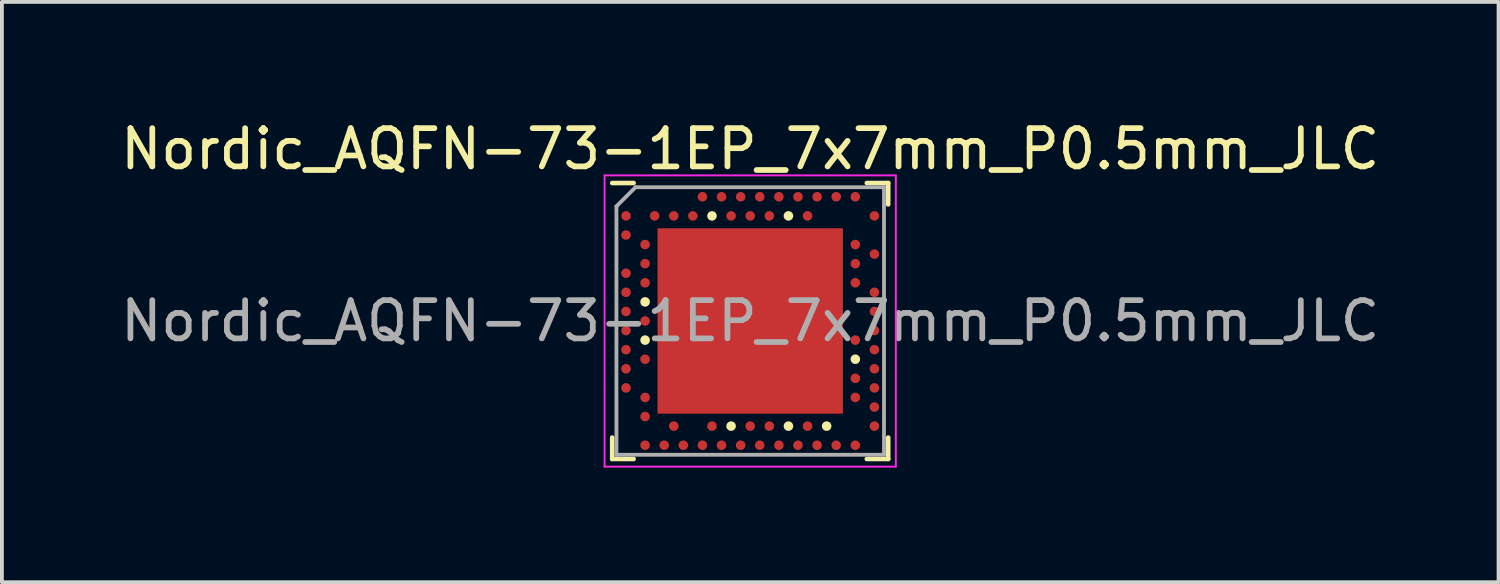
<source format=kicad_pcb>
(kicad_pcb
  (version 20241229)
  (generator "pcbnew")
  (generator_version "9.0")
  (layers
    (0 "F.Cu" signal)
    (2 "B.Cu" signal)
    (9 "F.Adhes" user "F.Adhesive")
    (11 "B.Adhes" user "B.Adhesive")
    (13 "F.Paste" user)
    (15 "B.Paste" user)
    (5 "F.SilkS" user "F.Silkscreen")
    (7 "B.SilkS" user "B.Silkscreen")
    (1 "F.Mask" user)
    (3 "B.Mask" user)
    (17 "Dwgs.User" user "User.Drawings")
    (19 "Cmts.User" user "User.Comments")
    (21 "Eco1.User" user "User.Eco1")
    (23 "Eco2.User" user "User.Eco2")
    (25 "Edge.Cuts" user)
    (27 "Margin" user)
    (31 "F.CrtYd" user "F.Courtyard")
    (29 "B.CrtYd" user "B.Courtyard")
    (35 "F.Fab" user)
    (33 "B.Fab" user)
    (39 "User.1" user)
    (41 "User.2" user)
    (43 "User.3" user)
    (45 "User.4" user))
  (footprint "Nordic_AQFN-73-1EP_7x7mm_P0.5mm_JLC"
    (layer "F.Cu")
    (at 16.577 5.348)
    (property "Reference" "Nordic_AQFN-73-1EP_7x7mm_P0.5mm_JLC" (at 0 -4.5 0) (layer "F.SilkS") (effects (font (size 1 1) (thickness 0.15))))
    (attr smd)
    (fp_line (start -3.61 -3.61) (end -3.05 -3.61) (stroke (width 0.12) (type solid)) (layer "F.SilkS"))
    (fp_line (start -3.61 3.61) (end -3.61 3.05) (stroke (width 0.12) (type solid)) (layer "F.SilkS"))
    (fp_line (start -3.61 3.61) (end -3.05 3.61) (stroke (width 0.12) (type solid)) (layer "F.SilkS"))
    (fp_line (start 3.61 -3.61) (end 3.05 -3.61) (stroke (width 0.12) (type solid)) (layer "F.SilkS"))
    (fp_line (start 3.61 -3.61) (end 3.61 -3.05) (stroke (width 0.12) (type solid)) (layer "F.SilkS"))
    (fp_line (start 3.61 3.61) (end 3.05 3.61) (stroke (width 0.12) (type solid)) (layer "F.SilkS"))
    (fp_line (start 3.61 3.61) (end 3.61 3.05) (stroke (width 0.12) (type solid)) (layer "F.SilkS"))
    (fp_circle (center -2.75 -0.5) (end -2.625 -0.5) (stroke (width 0) (type solid)) (fill yes) (layer "F.SilkS"))
    (fp_circle (center -2.75 0.5) (end -2.625 0.5) (stroke (width 0) (type solid)) (fill yes) (layer "F.SilkS"))
    (fp_circle (center -1 -2.75) (end -0.875 -2.75) (stroke (width 0) (type solid)) (fill yes) (layer "F.SilkS"))
    (fp_circle (center -0.5 2.75) (end -0.375 2.75) (stroke (width 0) (type solid)) (fill yes) (layer "F.SilkS"))
    (fp_circle (center 1 -2.75) (end 1.125 -2.75) (stroke (width 0) (type solid)) (fill yes) (layer "F.SilkS"))
    (fp_circle (center 1 2.75) (end 1.125 2.75) (stroke (width 0) (type solid)) (fill yes) (layer "F.SilkS"))
    (fp_circle (center 2 2.75) (end 2.125 2.75) (stroke (width 0) (type solid)) (fill yes) (layer "F.SilkS"))
    (fp_circle (center 2.75 1) (end 2.875 1) (stroke (width 0) (type solid)) (fill yes) (layer "F.SilkS"))
    (fp_line (start -3.81 -3.81) (end 3.81 -3.81) (stroke (width 0.05) (type solid)) (layer "F.CrtYd"))
    (fp_line (start -3.81 3.81) (end -3.81 -3.81) (stroke (width 0.05) (type solid)) (layer "F.CrtYd"))
    (fp_line (start 3.81 -3.81) (end 3.81 3.81) (stroke (width 0.05) (type solid)) (layer "F.CrtYd"))
    (fp_line (start 3.81 3.81) (end -3.81 3.81) (stroke (width 0.05) (type solid)) (layer "F.CrtYd"))
    (fp_line (start -3.5 -3) (end -3.5 3.5) (stroke (width 0.1) (type solid)) (layer "F.Fab"))
    (fp_line (start -3.5 -3) (end -3 -3.5) (stroke (width 0.1) (type solid)) (layer "F.Fab"))
    (fp_line (start -3.5 3.5) (end 3.5 3.5) (stroke (width 0.1) (type solid)) (layer "F.Fab"))
    (fp_line (start -3 -3.5) (end 3.5 -3.5) (stroke (width 0.1) (type solid)) (layer "F.Fab"))
    (fp_line (start 3.5 -3.5) (end 3.5 3.5) (stroke (width 0.1) (type solid)) (layer "F.Fab"))
    (fp_text user "${REFERENCE}" (at 0 0 0) (layer "F.Fab") (effects (font (size 1 1) (thickness 0.15))))
    (pad "" smd rect (at -1.212 -1.212 180) (size 2 2) (layers "F.Paste"))
    (pad "" smd rect (at -1.212 1.212 180) (size 2 2) (layers "F.Paste"))
    (pad "" smd rect (at 1.212 -1.212 180) (size 2 2) (layers "F.Paste"))
    (pad "" smd rect (at 1.212 1.212 180) (size 2 2) (layers "F.Paste"))
    (pad "A8" smd circle (at -1.25 -3.25 180) (size 0.25 0.25) (layers "F.Cu" "F.Mask" "F.Paste"))
    (pad "A10" smd circle (at -0.75 -3.25 180) (size 0.25 0.25) (layers "F.Cu" "F.Mask" "F.Paste"))
    (pad "A12" smd circle (at -0.25 -3.25 180) (size 0.25 0.25) (layers "F.Cu" "F.Mask" "F.Paste"))
    (pad "A14" smd circle (at 0.25 -3.25 180) (size 0.25 0.25) (layers "F.Cu" "F.Mask" "F.Paste"))
    (pad "A16" smd circle (at 0.75 -3.25 180) (size 0.25 0.25) (layers "F.Cu" "F.Mask" "F.Paste"))
    (pad "A18" smd circle (at 1.25 -3.25 180) (size 0.25 0.25) (layers "F.Cu" "F.Mask" "F.Paste"))
    (pad "A20" smd circle (at 1.75 -3.25 180) (size 0.25 0.25) (layers "F.Cu" "F.Mask" "F.Paste"))
    (pad "A22" smd circle (at 2.25 -3.25 180) (size 0.25 0.25) (layers "F.Cu" "F.Mask" "F.Paste"))
    (pad "A23" smd circle (at 2.75 -3.25 180) (size 0.25 0.25) (layers "F.Cu" "F.Mask" "F.Paste"))
    (pad "AA24" smd circle (at 3.25 2.25 180) (size 0.25 0.25) (layers "F.Cu" "F.Mask" "F.Paste"))
    (pad "AB2" smd circle (at -2.75 2.5 180) (size 0.25 0.25) (layers "F.Cu" "F.Mask" "F.Paste"))
    (pad "AC5" smd circle (at -2 2.75 180) (size 0.25 0.25) (layers "F.Cu" "F.Mask" "F.Paste"))
    (pad "AC9" smd circle (at -1 2.75 180) (size 0.25 0.25) (layers "F.Cu" "F.Mask" "F.Paste"))
    (pad "AC13" smd circle (at 0 2.75 180) (size 0.25 0.25) (layers "F.Cu" "F.Mask" "F.Paste"))
    (pad "AC15" smd circle (at 0.5 2.75 180) (size 0.25 0.25) (layers "F.Cu" "F.Mask" "F.Paste"))
    (pad "AC19" smd circle (at 1.5 2.75 180) (size 0.25 0.25) (layers "F.Cu" "F.Mask" "F.Paste"))
    (pad "AC24" smd circle (at 3.25 2.75 180) (size 0.25 0.25) (layers "F.Cu" "F.Mask" "F.Paste"))
    (pad "AD2" smd circle (at -2.75 3.25 180) (size 0.25 0.25) (layers "F.Cu" "F.Mask" "F.Paste"))
    (pad "AD4" smd circle (at -2.25 3.25 180) (size 0.25 0.25) (layers "F.Cu" "F.Mask" "F.Paste"))
    (pad "AD6" smd circle (at -1.75 3.25 180) (size 0.25 0.25) (layers "F.Cu" "F.Mask" "F.Paste"))
    (pad "AD8" smd circle (at -1.25 3.25 180) (size 0.25 0.25) (layers "F.Cu" "F.Mask" "F.Paste"))
    (pad "AD10" smd circle (at -0.75 3.25 180) (size 0.25 0.25) (layers "F.Cu" "F.Mask" "F.Paste"))
    (pad "AD12" smd circle (at -0.25 3.25 180) (size 0.25 0.25) (layers "F.Cu" "F.Mask" "F.Paste"))
    (pad "AD14" smd circle (at 0.25 3.25 180) (size 0.25 0.25) (layers "F.Cu" "F.Mask" "F.Paste"))
    (pad "AD16" smd circle (at 0.75 3.25 180) (size 0.25 0.25) (layers "F.Cu" "F.Mask" "F.Paste"))
    (pad "AD18" smd circle (at 1.25 3.25 180) (size 0.25 0.25) (layers "F.Cu" "F.Mask" "F.Paste"))
    (pad "AD20" smd circle (at 1.75 3.25 180) (size 0.25 0.25) (layers "F.Cu" "F.Mask" "F.Paste"))
    (pad "AD22" smd circle (at 2.25 3.25 180) (size 0.25 0.25) (layers "F.Cu" "F.Mask" "F.Paste"))
    (pad "AD23" smd circle (at 2.75 3.25 180) (size 0.25 0.25) (layers "F.Cu" "F.Mask" "F.Paste"))
    (pad "B1" smd circle (at -3.25 -2.75 180) (size 0.25 0.25) (layers "F.Cu" "F.Mask" "F.Paste"))
    (pad "B3" smd circle (at -2.5 -2.75 180) (size 0.25 0.25) (layers "F.Cu" "F.Mask" "F.Paste"))
    (pad "B5" smd circle (at -2 -2.75 180) (size 0.25 0.25) (layers "F.Cu" "F.Mask" "F.Paste"))
    (pad "B7" smd circle (at -1.5 -2.75 180) (size 0.25 0.25) (layers "F.Cu" "F.Mask" "F.Paste"))
    (pad "B11" smd circle (at -0.5 -2.75 180) (size 0.25 0.25) (layers "F.Cu" "F.Mask" "F.Paste"))
    (pad "B13" smd circle (at 0 -2.75 180) (size 0.25 0.25) (layers "F.Cu" "F.Mask" "F.Paste"))
    (pad "B15" smd circle (at 0.5 -2.75 180) (size 0.25 0.25) (layers "F.Cu" "F.Mask" "F.Paste"))
    (pad "B19" smd circle (at 1.5 -2.75 180) (size 0.25 0.25) (layers "F.Cu" "F.Mask" "F.Paste"))
    (pad "B24" smd circle (at 3.25 -2.75 180) (size 0.25 0.25) (layers "F.Cu" "F.Mask" "F.Paste"))
    (pad "C1" smd circle (at -3.25 -2.25 180) (size 0.25 0.25) (layers "F.Cu" "F.Mask" "F.Paste"))
    (pad "D2" smd circle (at -2.75 -2 180) (size 0.25 0.25) (layers "F.Cu" "F.Mask" "F.Paste"))
    (pad "D23" smd circle (at 2.75 -2 180) (size 0.25 0.25) (layers "F.Cu" "F.Mask" "F.Paste"))
    (pad "E24" smd circle (at 3.25 -1.75 180) (size 0.25 0.25) (layers "F.Cu" "F.Mask" "F.Paste"))
    (pad "EP" smd rect (at 0 0 180) (size 4.85 4.85) (layers "F.Cu" "F.Mask"))
    (pad "F2" smd circle (at -2.75 -1.5 180) (size 0.25 0.25) (layers "F.Cu" "F.Mask" "F.Paste"))
    (pad "F23" smd circle (at 2.75 -1.5 180) (size 0.25 0.25) (layers "F.Cu" "F.Mask" "F.Paste"))
    (pad "G1" smd circle (at -3.25 -1.25 180) (size 0.25 0.25) (layers "F.Cu" "F.Mask" "F.Paste"))
    (pad "H2" smd circle (at -2.75 -1 180) (size 0.25 0.25) (layers "F.Cu" "F.Mask" "F.Paste"))
    (pad "H23" smd circle (at 2.75 -1 180) (size 0.25 0.25) (layers "F.Cu" "F.Mask" "F.Paste"))
    (pad "J1" smd circle (at -3.25 -0.75 180) (size 0.25 0.25) (layers "F.Cu" "F.Mask" "F.Paste"))
    (pad "J24" smd circle (at 3.25 -0.75 180) (size 0.25 0.25) (layers "F.Cu" "F.Mask" "F.Paste"))
    (pad "L1" smd circle (at -3.25 -0.25 180) (size 0.25 0.25) (layers "F.Cu" "F.Mask" "F.Paste"))
    (pad "L24" smd circle (at 3.25 -0.25 180) (size 0.25 0.25) (layers "F.Cu" "F.Mask" "F.Paste"))
    (pad "M2" smd circle (at -2.75 0 180) (size 0.25 0.25) (layers "F.Cu" "F.Mask" "F.Paste"))
    (pad "N1" smd circle (at -3.25 0.25 180) (size 0.25 0.25) (layers "F.Cu" "F.Mask" "F.Paste"))
    (pad "N24" smd circle (at 3.25 0.25 180) (size 0.25 0.25) (layers "F.Cu" "F.Mask" "F.Paste"))
    (pad "P23" smd circle (at 2.75 0.5 180) (size 0.25 0.25) (layers "F.Cu" "F.Mask" "F.Paste"))
    (pad "R1" smd circle (at -3.25 0.75 180) (size 0.25 0.25) (layers "F.Cu" "F.Mask" "F.Paste"))
    (pad "R24" smd circle (at 3.25 0.75 180) (size 0.25 0.25) (layers "F.Cu" "F.Mask" "F.Paste"))
    (pad "T2" smd circle (at -2.75 1 180) (size 0.25 0.25) (layers "F.Cu" "F.Mask" "F.Paste"))
    (pad "U1" smd circle (at -3.25 1.25 180) (size 0.25 0.25) (layers "F.Cu" "F.Mask" "F.Paste"))
    (pad "U24" smd circle (at 3.25 1.25 180) (size 0.25 0.25) (layers "F.Cu" "F.Mask" "F.Paste"))
    (pad "V23" smd circle (at 2.75 1.5 180) (size 0.25 0.25) (layers "F.Cu" "F.Mask" "F.Paste"))
    (pad "W1" smd circle (at -3.25 1.75 180) (size 0.25 0.25) (layers "F.Cu" "F.Mask" "F.Paste"))
    (pad "W24" smd circle (at 3.25 1.75 180) (size 0.25 0.25) (layers "F.Cu" "F.Mask" "F.Paste"))
    (pad "Y2" smd circle (at -2.75 2 180) (size 0.25 0.25) (layers "F.Cu" "F.Mask" "F.Paste"))
    (pad "Y23" smd circle (at 2.75 2 180) (size 0.25 0.25) (layers "F.Cu" "F.Mask" "F.Paste")))
  (gr_rect
    (start -3 -3)
    (end 36.155 12.183)
    (stroke (width 0.1) (type default))
    (fill no)
    (layer "Edge.Cuts")))
</source>
